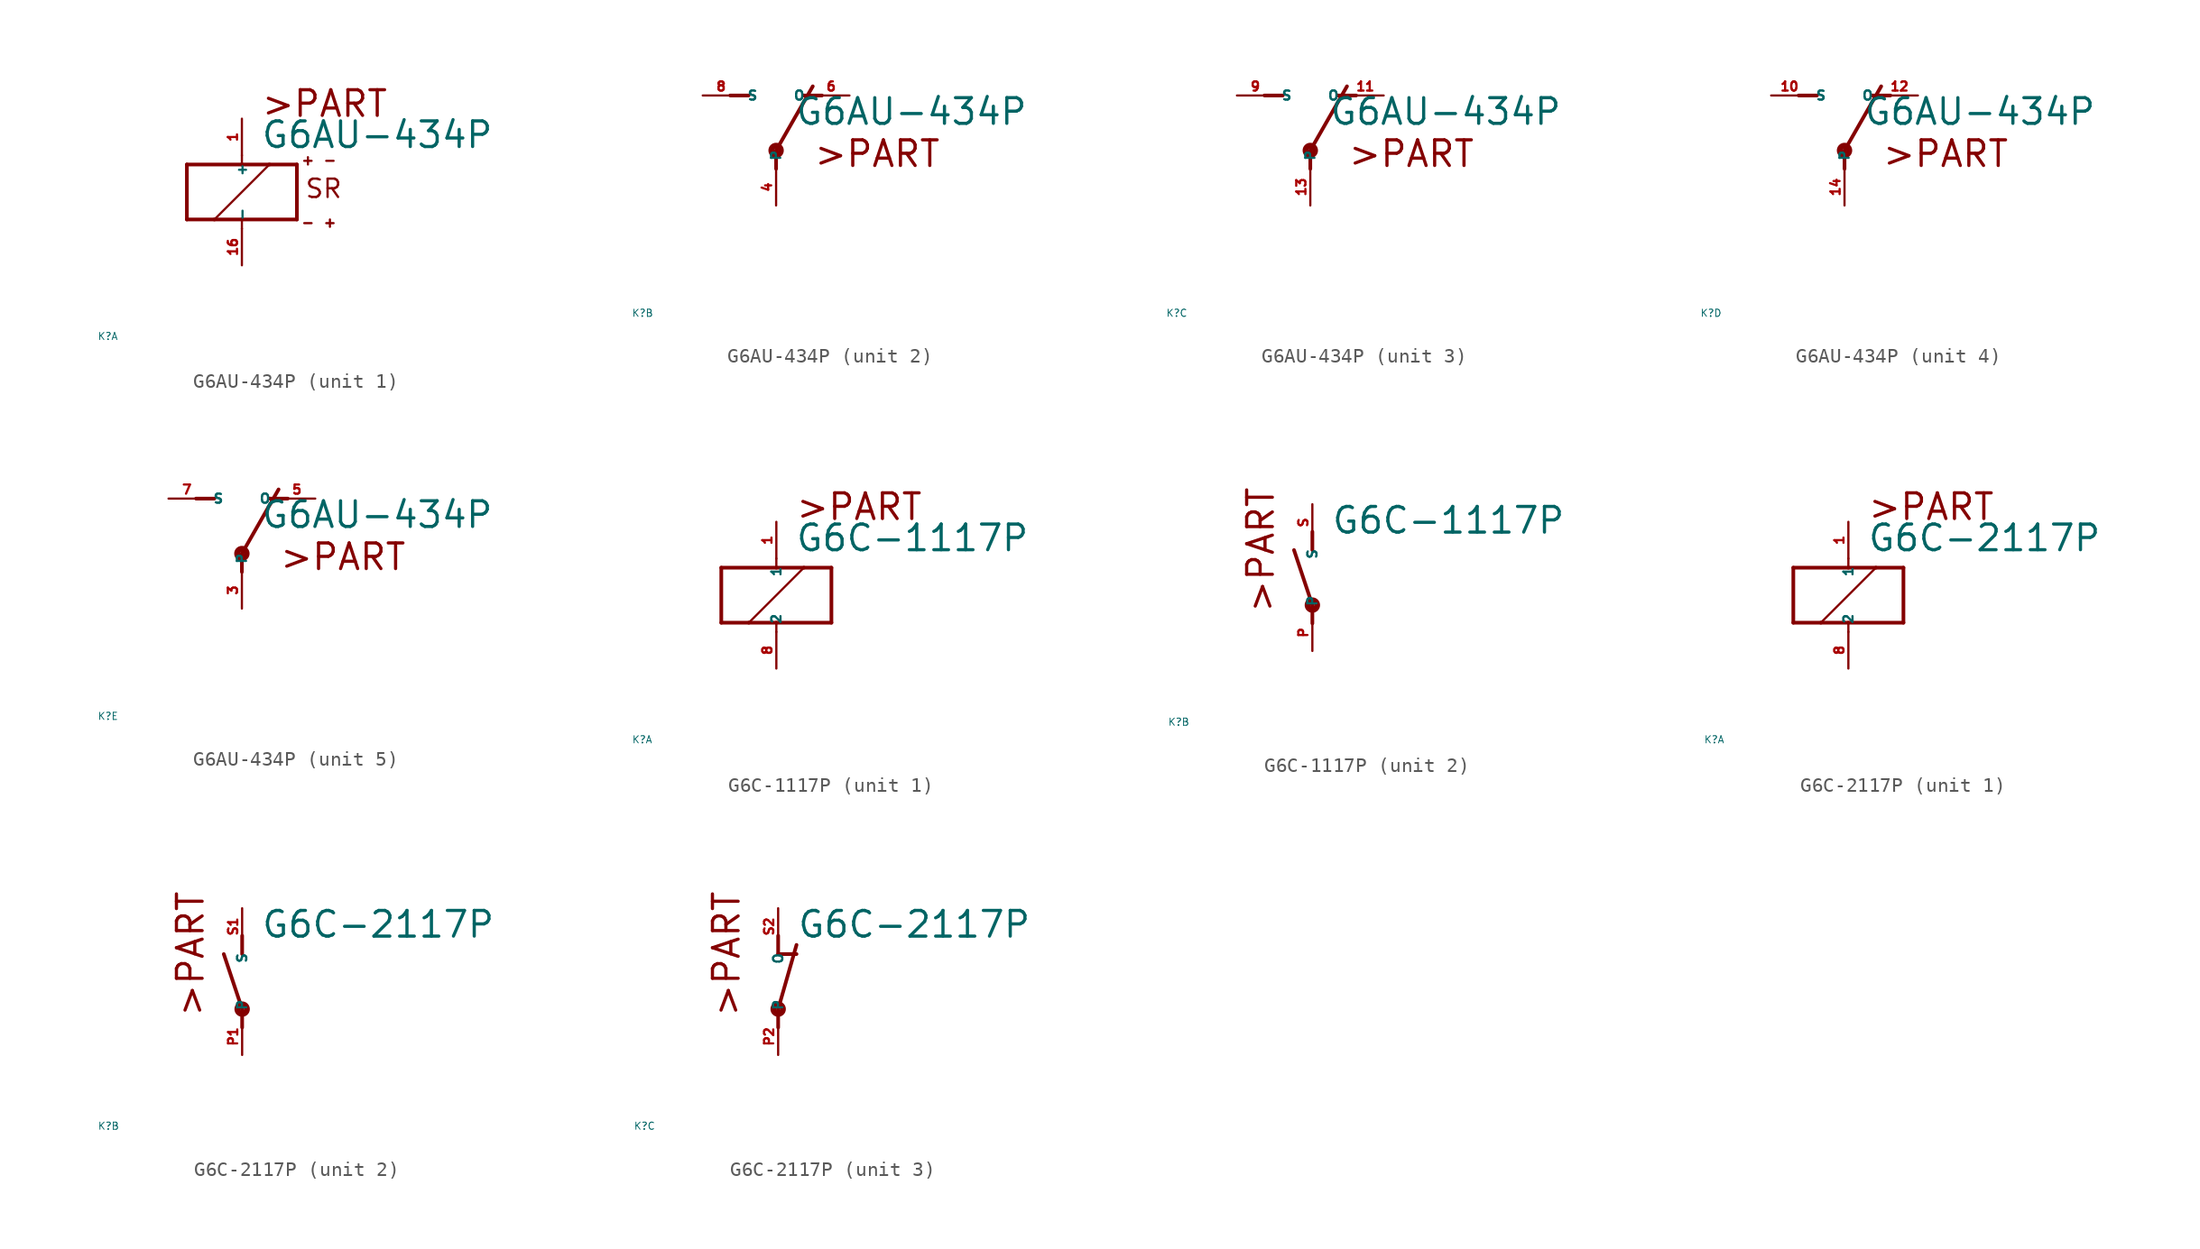
<source format=kicad_sym>
(kicad_symbol_lib
  (version 20220914)
  (generator Eagle2Kicad)
  (symbol "G6AU-434P"
    (property "Reference" "K"
      (at -10 -10 0)
      (effects (font (size 0.5 0.5) (thickness 0.06)) (justify left)))
    (property "Value" "G6AU-434P"
      (at 1.27 2.921 0)
      (effects (font (size 1.778 1.778) (thickness 0.22)) (justify left bottom)))
    (symbol "G6AU-434P_1_0"
      (polyline (pts (xy -3.81 -1.905) (xy -1.905 -1.905)) (stroke (width 0.254) (type default)) (fill (type none)))
      (polyline (pts (xy 3.81 -1.905) (xy 3.81 1.905)) (stroke (width 0.254) (type default)) (fill (type none)))
      (polyline (pts (xy 3.81 1.905) (xy 1.905 1.905)) (stroke (width 0.254) (type default)) (fill (type none)))
      (polyline (pts (xy -3.81 1.905) (xy -3.81 -1.905)) (stroke (width 0.254) (type default)) (fill (type none)))
      (polyline (pts (xy 0 -2.54) (xy 0 -1.905)) (stroke (width 0.152) (type default)) (fill (type none)))
      (polyline (pts (xy 0 -1.905) (xy 3.81 -1.905)) (stroke (width 0.254) (type default)) (fill (type none)))
      (polyline (pts (xy 0 2.54) (xy 0 1.905)) (stroke (width 0.152) (type default)) (fill (type none)))
      (polyline (pts (xy 0 1.905) (xy -3.81 1.905)) (stroke (width 0.254) (type default)) (fill (type none)))
      (polyline (pts (xy -1.905 -1.905) (xy 1.905 1.905)) (stroke (width 0.152) (type default)) (fill (type none)))
      (polyline (pts (xy -1.905 -1.905) (xy 0 -1.905)) (stroke (width 0.254) (type default)) (fill (type none)))
      (polyline (pts (xy 1.905 1.905) (xy 0 1.905)) (stroke (width 0.254) (type default)) (fill (type none)))
      (polyline (pts (xy 4.318 2.159) (xy 4.826 2.159)) (stroke (width 0.152) (type default)) (fill (type none)))
      (polyline (pts (xy 4.572 2.413) (xy 4.572 1.905)) (stroke (width 0.152) (type default)) (fill (type none)))
      (polyline (pts (xy 4.318 -2.159) (xy 4.826 -2.159)) (stroke (width 0.152) (type default)) (fill (type none)))
      (polyline (pts (xy 6.35 -2.159) (xy 5.842 -2.159)) (stroke (width 0.152) (type default)) (fill (type none)))
      (polyline (pts (xy 6.096 -2.413) (xy 6.096 -1.905)) (stroke (width 0.152) (type default)) (fill (type none)))
      (polyline (pts (xy 6.35 2.159) (xy 5.842 2.159)) (stroke (width 0.152) (type default)) (fill (type none)))
      (text ">PART" (at 1.27 5.08 0) (effects (font (size 1.778 1.778) (thickness 0.22)) (justify left bottom)))
      (text "SR" (at 4.318 -0.508 0) (effects (font (size 1.27 1.27) (thickness 0.16)) (justify left bottom)))
      (pin passive line (at 0 -5.08 90) (length 2.54) (name "-" (effects (font (size 0.635 0.635) (thickness 0.08)) (justify left bottom))) (number "16" (effects (font (size 0.635 0.635) (thickness 0.08)) (justify left bottom))))
      (pin passive line (at 0 5.08 270) (length 2.54) (name "+" (effects (font (size 0.635 0.635) (thickness 0.08)) (justify left bottom))) (number "1" (effects (font (size 0.635 0.635) (thickness 0.08)) (justify left bottom)))))
    (symbol "G6AU-434P_2_0"
      (polyline (pts (xy 3.175 5.08) (xy 1.905 5.08)) (stroke (width 0.254) (type default)) (fill (type none)))
      (polyline (pts (xy -3.175 5.08) (xy -1.905 5.08)) (stroke (width 0.254) (type default)) (fill (type none)))
      (polyline (pts (xy 0 1.27) (xy 2.54 5.715)) (stroke (width 0.254) (type default)) (fill (type none)))
      (polyline (pts (xy 0 1.27) (xy 0 0)) (stroke (width 0.254) (type default)) (fill (type none)))
      (text ">PART" (at 2.54 0 0) (effects (font (size 1.778 1.778) (thickness 0.22)) (justify left bottom)))
      (circle (center 0 1.27) (radius 0.127) (stroke (width 0.406) (type default)) (fill (type none)))
      (pin passive line (at 5.08 5.08 180) (length 2.54) (name "O" (effects (font (size 0.635 0.635) (thickness 0.08)) (justify left bottom))) (number "6" (effects (font (size 0.635 0.635) (thickness 0.08)) (justify left bottom))))
      (pin passive line (at -5.08 5.08 0) (length 2.54) (name "S" (effects (font (size 0.635 0.635) (thickness 0.08)) (justify left bottom))) (number "8" (effects (font (size 0.635 0.635) (thickness 0.08)) (justify left bottom))))
      (pin passive line (at 0 -2.54 90) (length 2.54) (name "P" (effects (font (size 0.635 0.635) (thickness 0.08)) (justify left bottom))) (number "4" (effects (font (size 0.635 0.635) (thickness 0.08)) (justify left bottom)))))
    (symbol "G6AU-434P_3_0"
      (polyline (pts (xy 3.175 5.08) (xy 1.905 5.08)) (stroke (width 0.254) (type default)) (fill (type none)))
      (polyline (pts (xy -3.175 5.08) (xy -1.905 5.08)) (stroke (width 0.254) (type default)) (fill (type none)))
      (polyline (pts (xy 0 1.27) (xy 2.54 5.715)) (stroke (width 0.254) (type default)) (fill (type none)))
      (polyline (pts (xy 0 1.27) (xy 0 0)) (stroke (width 0.254) (type default)) (fill (type none)))
      (text ">PART" (at 2.54 0 0) (effects (font (size 1.778 1.778) (thickness 0.22)) (justify left bottom)))
      (circle (center 0 1.27) (radius 0.127) (stroke (width 0.406) (type default)) (fill (type none)))
      (pin passive line (at 5.08 5.08 180) (length 2.54) (name "O" (effects (font (size 0.635 0.635) (thickness 0.08)) (justify left bottom))) (number "11" (effects (font (size 0.635 0.635) (thickness 0.08)) (justify left bottom))))
      (pin passive line (at -5.08 5.08 0) (length 2.54) (name "S" (effects (font (size 0.635 0.635) (thickness 0.08)) (justify left bottom))) (number "9" (effects (font (size 0.635 0.635) (thickness 0.08)) (justify left bottom))))
      (pin passive line (at 0 -2.54 90) (length 2.54) (name "P" (effects (font (size 0.635 0.635) (thickness 0.08)) (justify left bottom))) (number "13" (effects (font (size 0.635 0.635) (thickness 0.08)) (justify left bottom)))))
    (symbol "G6AU-434P_4_0"
      (polyline (pts (xy 3.175 5.08) (xy 1.905 5.08)) (stroke (width 0.254) (type default)) (fill (type none)))
      (polyline (pts (xy -3.175 5.08) (xy -1.905 5.08)) (stroke (width 0.254) (type default)) (fill (type none)))
      (polyline (pts (xy 0 1.27) (xy 2.54 5.715)) (stroke (width 0.254) (type default)) (fill (type none)))
      (polyline (pts (xy 0 1.27) (xy 0 0)) (stroke (width 0.254) (type default)) (fill (type none)))
      (text ">PART" (at 2.54 0 0) (effects (font (size 1.778 1.778) (thickness 0.22)) (justify left bottom)))
      (circle (center 0 1.27) (radius 0.127) (stroke (width 0.406) (type default)) (fill (type none)))
      (pin passive line (at 5.08 5.08 180) (length 2.54) (name "O" (effects (font (size 0.635 0.635) (thickness 0.08)) (justify left bottom))) (number "12" (effects (font (size 0.635 0.635) (thickness 0.08)) (justify left bottom))))
      (pin passive line (at -5.08 5.08 0) (length 2.54) (name "S" (effects (font (size 0.635 0.635) (thickness 0.08)) (justify left bottom))) (number "10" (effects (font (size 0.635 0.635) (thickness 0.08)) (justify left bottom))))
      (pin passive line (at 0 -2.54 90) (length 2.54) (name "P" (effects (font (size 0.635 0.635) (thickness 0.08)) (justify left bottom))) (number "14" (effects (font (size 0.635 0.635) (thickness 0.08)) (justify left bottom)))))
    (symbol "G6AU-434P_5_0"
      (polyline (pts (xy 3.175 5.08) (xy 1.905 5.08)) (stroke (width 0.254) (type default)) (fill (type none)))
      (polyline (pts (xy -3.175 5.08) (xy -1.905 5.08)) (stroke (width 0.254) (type default)) (fill (type none)))
      (polyline (pts (xy 0 1.27) (xy 2.54 5.715)) (stroke (width 0.254) (type default)) (fill (type none)))
      (polyline (pts (xy 0 1.27) (xy 0 0)) (stroke (width 0.254) (type default)) (fill (type none)))
      (text ">PART" (at 2.54 0 0) (effects (font (size 1.778 1.778) (thickness 0.22)) (justify left bottom)))
      (circle (center 0 1.27) (radius 0.127) (stroke (width 0.406) (type default)) (fill (type none)))
      (pin passive line (at 5.08 5.08 180) (length 2.54) (name "O" (effects (font (size 0.635 0.635) (thickness 0.08)) (justify left bottom))) (number "5" (effects (font (size 0.635 0.635) (thickness 0.08)) (justify left bottom))))
      (pin passive line (at -5.08 5.08 0) (length 2.54) (name "S" (effects (font (size 0.635 0.635) (thickness 0.08)) (justify left bottom))) (number "7" (effects (font (size 0.635 0.635) (thickness 0.08)) (justify left bottom))))
      (pin passive line (at 0 -2.54 90) (length 2.54) (name "P" (effects (font (size 0.635 0.635) (thickness 0.08)) (justify left bottom))) (number "3" (effects (font (size 0.635 0.635) (thickness 0.08)) (justify left bottom))))))
  (symbol "G6C-1117P"
    (property "Reference" "K"
      (at -10 -10 0)
      (effects (font (size 0.5 0.5) (thickness 0.06)) (justify left)))
    (property "Value" "G6C-1117P"
      (at 1.27 2.921 0)
      (effects (font (size 1.778 1.778) (thickness 0.22)) (justify left bottom)))
    (symbol "G6C-1117P_1_0"
      (polyline (pts (xy -3.81 -1.905) (xy -1.905 -1.905)) (stroke (width 0.254) (type default)) (fill (type none)))
      (polyline (pts (xy 3.81 -1.905) (xy 3.81 1.905)) (stroke (width 0.254) (type default)) (fill (type none)))
      (polyline (pts (xy 3.81 1.905) (xy 1.905 1.905)) (stroke (width 0.254) (type default)) (fill (type none)))
      (polyline (pts (xy -3.81 1.905) (xy -3.81 -1.905)) (stroke (width 0.254) (type default)) (fill (type none)))
      (polyline (pts (xy 0 -2.54) (xy 0 -1.905)) (stroke (width 0.152) (type default)) (fill (type none)))
      (polyline (pts (xy 0 -1.905) (xy 3.81 -1.905)) (stroke (width 0.254) (type default)) (fill (type none)))
      (polyline (pts (xy 0 2.54) (xy 0 1.905)) (stroke (width 0.152) (type default)) (fill (type none)))
      (polyline (pts (xy 0 1.905) (xy -3.81 1.905)) (stroke (width 0.254) (type default)) (fill (type none)))
      (polyline (pts (xy -1.905 -1.905) (xy 1.905 1.905)) (stroke (width 0.152) (type default)) (fill (type none)))
      (polyline (pts (xy -1.905 -1.905) (xy 0 -1.905)) (stroke (width 0.254) (type default)) (fill (type none)))
      (polyline (pts (xy 1.905 1.905) (xy 0 1.905)) (stroke (width 0.254) (type default)) (fill (type none)))
      (text ">PART" (at 1.27 5.08 0) (effects (font (size 1.778 1.778) (thickness 0.22)) (justify left bottom)))
      (pin passive line (at 0 -5.08 90) (length 2.54) (name "2" (effects (font (size 0.635 0.635) (thickness 0.08)) (justify left bottom))) (number "8" (effects (font (size 0.635 0.635) (thickness 0.08)) (justify left bottom))))
      (pin passive line (at 0 5.08 270) (length 2.54) (name "1" (effects (font (size 0.635 0.635) (thickness 0.08)) (justify left bottom))) (number "1" (effects (font (size 0.635 0.635) (thickness 0.08)) (justify left bottom)))))
    (symbol "G6C-1117P_2_0"
      (polyline (pts (xy 0 3.175) (xy 0 1.905)) (stroke (width 0.254) (type default)) (fill (type none)))
      (polyline (pts (xy 0 -3.175) (xy 0 -1.905)) (stroke (width 0.254) (type default)) (fill (type none)))
      (polyline (pts (xy 0 -1.905) (xy -1.27 1.905)) (stroke (width 0.254) (type default)) (fill (type none)))
      (text ">PART" (at -2.54 -2.54 900) (effects (font (size 1.778 1.778) (thickness 0.22)) (justify left bottom)))
      (circle (center 0 -1.905) (radius 0.127) (stroke (width 0.406) (type default)) (fill (type none)))
      (pin passive line (at 0 -5.08 90) (length 2.54) (name "P" (effects (font (size 0.635 0.635) (thickness 0.08)) (justify left bottom))) (number "P" (effects (font (size 0.635 0.635) (thickness 0.08)) (justify left bottom))))
      (pin passive line (at 0 5.08 270) (length 2.54) (name "S" (effects (font (size 0.635 0.635) (thickness 0.08)) (justify left bottom))) (number "S" (effects (font (size 0.635 0.635) (thickness 0.08)) (justify left bottom))))))
  (symbol "G6C-2117P"
    (property "Reference" "K"
      (at -10 -10 0)
      (effects (font (size 0.5 0.5) (thickness 0.06)) (justify left)))
    (property "Value" "G6C-2117P"
      (at 1.27 2.921 0)
      (effects (font (size 1.778 1.778) (thickness 0.22)) (justify left bottom)))
    (symbol "G6C-2117P_1_0"
      (polyline (pts (xy -3.81 -1.905) (xy -1.905 -1.905)) (stroke (width 0.254) (type default)) (fill (type none)))
      (polyline (pts (xy 3.81 -1.905) (xy 3.81 1.905)) (stroke (width 0.254) (type default)) (fill (type none)))
      (polyline (pts (xy 3.81 1.905) (xy 1.905 1.905)) (stroke (width 0.254) (type default)) (fill (type none)))
      (polyline (pts (xy -3.81 1.905) (xy -3.81 -1.905)) (stroke (width 0.254) (type default)) (fill (type none)))
      (polyline (pts (xy 0 -2.54) (xy 0 -1.905)) (stroke (width 0.152) (type default)) (fill (type none)))
      (polyline (pts (xy 0 -1.905) (xy 3.81 -1.905)) (stroke (width 0.254) (type default)) (fill (type none)))
      (polyline (pts (xy 0 2.54) (xy 0 1.905)) (stroke (width 0.152) (type default)) (fill (type none)))
      (polyline (pts (xy 0 1.905) (xy -3.81 1.905)) (stroke (width 0.254) (type default)) (fill (type none)))
      (polyline (pts (xy -1.905 -1.905) (xy 1.905 1.905)) (stroke (width 0.152) (type default)) (fill (type none)))
      (polyline (pts (xy -1.905 -1.905) (xy 0 -1.905)) (stroke (width 0.254) (type default)) (fill (type none)))
      (polyline (pts (xy 1.905 1.905) (xy 0 1.905)) (stroke (width 0.254) (type default)) (fill (type none)))
      (text ">PART" (at 1.27 5.08 0) (effects (font (size 1.778 1.778) (thickness 0.22)) (justify left bottom)))
      (pin passive line (at 0 -5.08 90) (length 2.54) (name "2" (effects (font (size 0.635 0.635) (thickness 0.08)) (justify left bottom))) (number "8" (effects (font (size 0.635 0.635) (thickness 0.08)) (justify left bottom))))
      (pin passive line (at 0 5.08 270) (length 2.54) (name "1" (effects (font (size 0.635 0.635) (thickness 0.08)) (justify left bottom))) (number "1" (effects (font (size 0.635 0.635) (thickness 0.08)) (justify left bottom)))))
    (symbol "G6C-2117P_2_0"
      (polyline (pts (xy 0 3.175) (xy 0 1.905)) (stroke (width 0.254) (type default)) (fill (type none)))
      (polyline (pts (xy 0 -3.175) (xy 0 -1.905)) (stroke (width 0.254) (type default)) (fill (type none)))
      (polyline (pts (xy 0 -1.905) (xy -1.27 1.905)) (stroke (width 0.254) (type default)) (fill (type none)))
      (text ">PART" (at -2.54 -2.54 900) (effects (font (size 1.778 1.778) (thickness 0.22)) (justify left bottom)))
      (circle (center 0 -1.905) (radius 0.127) (stroke (width 0.406) (type default)) (fill (type none)))
      (pin passive line (at 0 -5.08 90) (length 2.54) (name "P" (effects (font (size 0.635 0.635) (thickness 0.08)) (justify left bottom))) (number "P1" (effects (font (size 0.635 0.635) (thickness 0.08)) (justify left bottom))))
      (pin passive line (at 0 5.08 270) (length 2.54) (name "S" (effects (font (size 0.635 0.635) (thickness 0.08)) (justify left bottom))) (number "S1" (effects (font (size 0.635 0.635) (thickness 0.08)) (justify left bottom)))))
    (symbol "G6C-2117P_3_0"
      (polyline (pts (xy 0 -1.905) (xy 1.27 2.54)) (stroke (width 0.254) (type default)) (fill (type none)))
      (polyline (pts (xy 1.27 1.905) (xy 0 1.905)) (stroke (width 0.254) (type default)) (fill (type none)))
      (polyline (pts (xy 0 1.905) (xy 0 3.175)) (stroke (width 0.254) (type default)) (fill (type none)))
      (polyline (pts (xy 0 -3.175) (xy 0 -1.905)) (stroke (width 0.254) (type default)) (fill (type none)))
      (text ">PART" (at -2.54 -2.54 900) (effects (font (size 1.778 1.778) (thickness 0.22)) (justify left bottom)))
      (circle (center 0 -1.905) (radius 0.127) (stroke (width 0.406) (type default)) (fill (type none)))
      (pin passive line (at 0 -5.08 90) (length 2.54) (name "P" (effects (font (size 0.635 0.635) (thickness 0.08)) (justify left bottom))) (number "P2" (effects (font (size 0.635 0.635) (thickness 0.08)) (justify left bottom))))
      (pin passive line (at 0 5.08 270) (length 2.54) (name "O" (effects (font (size 0.635 0.635) (thickness 0.08)) (justify left bottom))) (number "S2" (effects (font (size 0.635 0.635) (thickness 0.08)) (justify left bottom)))))))
</source>
